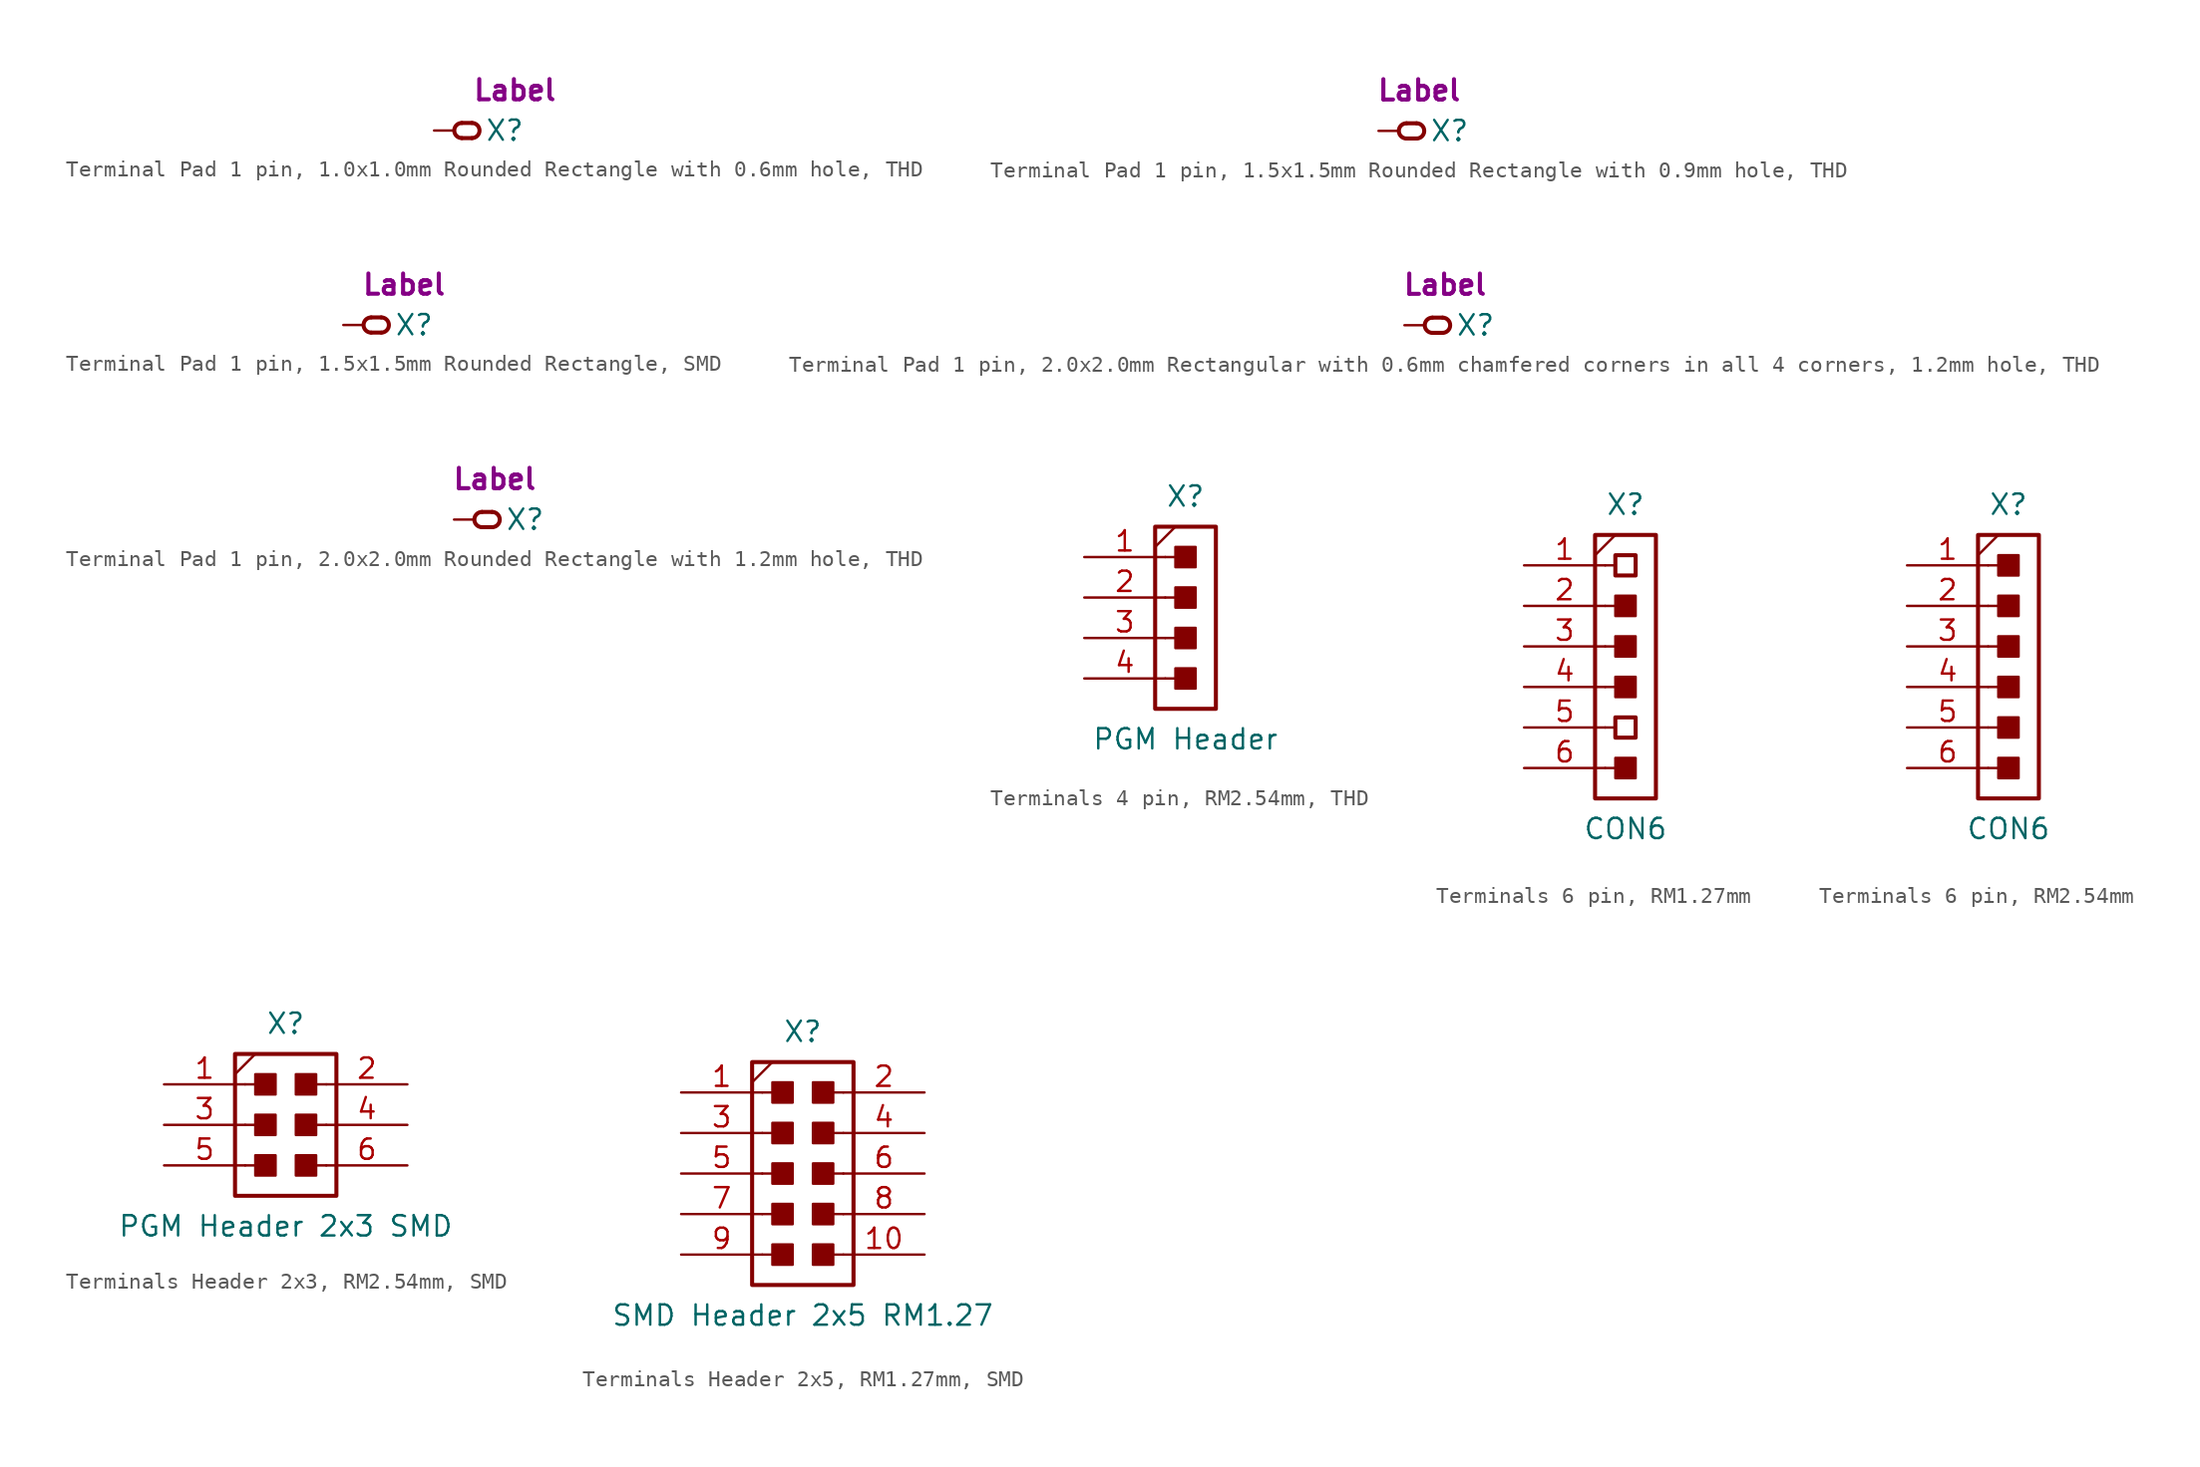
<source format=kicad_sym>
(kicad_symbol_lib
  (version 20241209)
  (generator "kicad_symbol_editor")
  (generator_version "9.0")
  (symbol "Terminal Pad 1 pin, 1.0x1.0mm Rounded Rectangle with 0.6mm hole, THD"
    (pin_numbers
      (hide yes))
    (pin_names
      (offset 1.016)
      (hide yes))
    (property "Reference" "X"
      (at 4.445 0 0)
      (effects (font (size 1.27 1.27))))
    (property "Label" "Label"
      (at 5.08 2.54 0)
      (effects (font (size 1.27 1.27) (thickness 0.254) (bold yes))))
    (symbol "Terminal Pad 1 pin, 1.0x1.0mm Rounded Rectangle with 0.6mm hole, THD_0_1"
      (polyline (pts (xy 1.747 0.476) (xy 2.382 0.476)) (stroke (width 0.254) (type default)) (fill (type none)))
      (polyline (pts (xy 1.747 -0.476) (xy 2.382 -0.476)) (stroke (width 0.254) (type default)) (fill (type none)))
      (arc (start 1.7462 -0.4763) (mid 1.2706 -0.0001) (end 1.7462 0.4762) (stroke (width 0.254) (type default)) (fill (type none)))
      (arc (start 2.3813 0.4762) (mid 2.8582 0) (end 2.3813 -0.4763) (stroke (width 0.254) (type default)) (fill (type none))))
    (symbol "Terminal Pad 1 pin, 1.0x1.0mm Rounded Rectangle with 0.6mm hole, THD_1_1"
      (pin passive line (at 0 0 0) (length 1.27) (name "1" (effects (font (size 1.27 1.27)))) (number "1" (effects (font (size 1.27 1.27)))))))
  (symbol "Terminal Pad 1 pin, 1.5x1.5mm Rounded Rectangle with 0.9mm hole, THD"
    (pin_numbers
      (hide yes))
    (pin_names
      (offset 1.016)
      (hide yes))
    (property "Reference" "X"
      (at 4.445 0 0)
      (effects (font (size 1.27 1.27))))
    (property "Label" "Label"
      (at 2.54 2.54 0)
      (effects (font (size 1.27 1.27) (thickness 0.254) (bold yes))))
    (symbol "Terminal Pad 1 pin, 1.5x1.5mm Rounded Rectangle with 0.9mm hole, THD_0_1"
      (polyline (pts (xy 1.747 0.476) (xy 2.382 0.476)) (stroke (width 0.254) (type default)) (fill (type none)))
      (polyline (pts (xy 1.747 -0.476) (xy 2.382 -0.476)) (stroke (width 0.254) (type default)) (fill (type none)))
      (arc (start 1.7462 -0.4763) (mid 1.2706 -0.0001) (end 1.7462 0.4762) (stroke (width 0.254) (type default)) (fill (type none)))
      (arc (start 2.3813 0.4762) (mid 2.8582 0) (end 2.3813 -0.4763) (stroke (width 0.254) (type default)) (fill (type none))))
    (symbol "Terminal Pad 1 pin, 1.5x1.5mm Rounded Rectangle with 0.9mm hole, THD_1_1"
      (pin passive line (at 0 0 0) (length 1.27) (name "1" (effects (font (size 1.27 1.27)))) (number "1" (effects (font (size 1.27 1.27)))))))
  (symbol "Terminal Pad 1 pin, 1.5x1.5mm Rounded Rectangle, SMD"
    (pin_numbers
      (hide yes))
    (pin_names
      (offset 1.016)
      (hide yes))
    (property "Reference" "X"
      (at 4.445 0 0)
      (effects (font (size 1.27 1.27))))
    (property "Label" "Label"
      (at 3.81 2.54 0)
      (effects (font (size 1.27 1.27) (thickness 0.254) (bold yes))))
    (symbol "Terminal Pad 1 pin, 1.5x1.5mm Rounded Rectangle, SMD_0_1"
      (polyline (pts (xy 1.747 0.476) (xy 2.382 0.476)) (stroke (width 0.254) (type default)) (fill (type none)))
      (polyline (pts (xy 1.747 -0.476) (xy 2.382 -0.476)) (stroke (width 0.254) (type default)) (fill (type none)))
      (arc (start 1.7462 -0.4763) (mid 1.2706 -0.0001) (end 1.7462 0.4762) (stroke (width 0.254) (type default)) (fill (type none)))
      (arc (start 2.3813 0.4762) (mid 2.8582 0) (end 2.3813 -0.4763) (stroke (width 0.254) (type default)) (fill (type none))))
    (symbol "Terminal Pad 1 pin, 1.5x1.5mm Rounded Rectangle, SMD_1_1"
      (pin passive line (at 0 0 0) (length 1.27) (name "1" (effects (font (size 1.27 1.27)))) (number "1" (effects (font (size 1.27 1.27)))))))
  (symbol "Terminal Pad 1 pin, 2.0x2.0mm Rectangular with 0.6mm chamfered corners in all 4 corners, 1.2mm hole, THD"
    (pin_numbers
      (hide yes))
    (pin_names
      (offset 1.016)
      (hide yes))
    (property "Reference" "X"
      (at 4.445 0 0)
      (effects (font (size 1.27 1.27))))
    (property "Label" "Label"
      (at 2.54 2.54 0)
      (effects (font (size 1.27 1.27) (thickness 0.254) (bold yes))))
    (symbol "Terminal Pad 1 pin, 2.0x2.0mm Rectangular with 0.6mm chamfered corners in all 4 corners, 1.2mm hole, THD_0_1"
      (polyline (pts (xy 1.747 0.476) (xy 2.382 0.476)) (stroke (width 0.254) (type default)) (fill (type none)))
      (polyline (pts (xy 1.747 -0.476) (xy 2.382 -0.476)) (stroke (width 0.254) (type default)) (fill (type none)))
      (arc (start 1.7462 -0.4763) (mid 1.2706 -0.0001) (end 1.7462 0.4762) (stroke (width 0.254) (type default)) (fill (type none)))
      (arc (start 2.3813 0.4762) (mid 2.8582 0) (end 2.3813 -0.4763) (stroke (width 0.254) (type default)) (fill (type none))))
    (symbol "Terminal Pad 1 pin, 2.0x2.0mm Rectangular with 0.6mm chamfered corners in all 4 corners, 1.2mm hole, THD_1_1"
      (pin passive line (at 0 0 0) (length 1.27) (name "1" (effects (font (size 1.27 1.27)))) (number "1" (effects (font (size 1.27 1.27)))))))
  (symbol "Terminal Pad 1 pin, 2.0x2.0mm Rounded Rectangle with 1.2mm hole, THD"
    (pin_numbers
      (hide yes))
    (pin_names
      (offset 1.016)
      (hide yes))
    (property "Reference" "X"
      (at 4.445 0 0)
      (effects (font (size 1.27 1.27))))
    (property "Label" "Label"
      (at 2.54 2.54 0)
      (effects (font (size 1.27 1.27) (thickness 0.254) (bold yes))))
    (symbol "Terminal Pad 1 pin, 2.0x2.0mm Rounded Rectangle with 1.2mm hole, THD_0_1"
      (polyline (pts (xy 1.747 0.476) (xy 2.382 0.476)) (stroke (width 0.254) (type default)) (fill (type none)))
      (polyline (pts (xy 1.747 -0.476) (xy 2.382 -0.476)) (stroke (width 0.254) (type default)) (fill (type none)))
      (arc (start 1.7462 -0.4763) (mid 1.2706 -0.0001) (end 1.7462 0.4762) (stroke (width 0.254) (type default)) (fill (type none)))
      (arc (start 2.3813 0.4762) (mid 2.8582 0) (end 2.3813 -0.4763) (stroke (width 0.254) (type default)) (fill (type none))))
    (symbol "Terminal Pad 1 pin, 2.0x2.0mm Rounded Rectangle with 1.2mm hole, THD_1_1"
      (pin passive line (at 0 0 0) (length 1.27) (name "1" (effects (font (size 1.27 1.27)))) (number "1" (effects (font (size 1.27 1.27)))))))
  (symbol "Terminals 4 pin, RM2.54mm, THD"
    (pin_names
      (offset 1.016)
      (hide yes))
    (property "Reference" "X"
      (at 1.27 8.89 0)
      (effects (font (size 1.27 1.27))))
    (property "Value" "PGM Header"
      (at 1.27 -6.35 0)
      (effects (font (size 1.27 1.27))))
    (symbol "Terminals 4 pin, RM2.54mm, THD_1_0"
      (polyline (pts (xy -0.635 5.715) (xy 0.635 6.985)) (stroke (width 0.152) (type default)) (fill (type none)))
      (polyline (pts (xy 0 5.08) (xy 1.27 5.08)) (stroke (width 0.152) (type default)) (fill (type none)))
      (polyline (pts (xy 0 2.54) (xy 1.27 2.54)) (stroke (width 0.152) (type default)) (fill (type none)))
      (polyline (pts (xy 0 0) (xy 1.27 0)) (stroke (width 0.152) (type default)) (fill (type none)))
      (polyline (pts (xy 0 -2.54) (xy 1.27 -2.54)) (stroke (width 0.152) (type default)) (fill (type none))))
    (symbol "Terminals 4 pin, RM2.54mm, THD_1_1"
      (rectangle (start -0.635 6.985) (end 3.175 -4.445) (stroke (width 0.254) (type default)) (fill (type none)))
      (rectangle (start 0.635 4.445) (end 1.905 5.715) (stroke (width 0.152) (type default)) (fill (type outline)))
      (rectangle (start 0.635 1.905) (end 1.905 3.175) (stroke (width 0.152) (type default)) (fill (type outline)))
      (rectangle (start 0.635 -0.635) (end 1.905 0.635) (stroke (width 0.152) (type default)) (fill (type outline)))
      (rectangle (start 0.635 -3.175) (end 1.905 -1.905) (stroke (width 0.152) (type default)) (fill (type outline)))
      (pin passive line (at -5.08 5.08 0) (length 5.08) (name "+V" (effects (font (size 1.27 1.27)))) (number "1" (effects (font (size 1.27 1.27)))))
      (pin passive line (at -5.08 2.54 0) (length 5.08) (name "SWDIO" (effects (font (size 1.27 1.27)))) (number "2" (effects (font (size 1.27 1.27)))))
      (pin passive line (at -5.08 0 0) (length 5.08) (name "SWCLK" (effects (font (size 1.27 1.27)))) (number "3" (effects (font (size 1.27 1.27)))))
      (pin passive line (at -5.08 -2.54 0) (length 5.08) (name "GND" (effects (font (size 1.27 1.27)))) (number "4" (effects (font (size 1.27 1.27)))))))
  (symbol "Terminals 6 pin, RM1.27mm"
    (pin_names
      (offset 1.016)
      (hide yes))
    (property "Reference" "X"
      (at 1.27 8.89 0)
      (effects (font (size 1.27 1.27))))
    (property "Value" "CON6"
      (at 1.27 -11.43 0)
      (effects (font (size 1.27 1.27))))
    (symbol "Terminals 6 pin, RM1.27mm_1_0"
      (polyline (pts (xy -0.635 5.715) (xy 0.635 6.985)) (stroke (width 0.152) (type default)) (fill (type none)))
      (polyline (pts (xy 0 5.08) (xy 0.635 5.08)) (stroke (width 0.152) (type default)) (fill (type none)))
      (polyline (pts (xy 0 2.54) (xy 1.27 2.54)) (stroke (width 0.152) (type default)) (fill (type none)))
      (polyline (pts (xy 0 0) (xy 1.27 0)) (stroke (width 0.152) (type default)) (fill (type none)))
      (polyline (pts (xy 0 -2.54) (xy 1.27 -2.54)) (stroke (width 0.152) (type default)) (fill (type none)))
      (polyline (pts (xy 0 -5.08) (xy 0.635 -5.08)) (stroke (width 0.152) (type default)) (fill (type none)))
      (polyline (pts (xy 0 -7.62) (xy 0.635 -7.62)) (stroke (width 0.152) (type default)) (fill (type none))))
    (symbol "Terminals 6 pin, RM1.27mm_1_1"
      (rectangle (start -0.635 6.985) (end 3.175 -9.525) (stroke (width 0.254) (type default)) (fill (type none)))
      (rectangle (start 0.635 5.715) (end 1.905 4.445) (stroke (width 0.254) (type default)) (fill (type none)))
      (rectangle (start 0.635 3.175) (end 1.905 1.905) (stroke (width 0.152) (type default)) (fill (type outline)))
      (rectangle (start 0.635 0.635) (end 1.905 -0.635) (stroke (width 0.152) (type default)) (fill (type outline)))
      (rectangle (start 0.635 -3.175) (end 1.905 -1.905) (stroke (width 0.152) (type default)) (fill (type outline)))
      (rectangle (start 0.635 -4.445) (end 1.905 -5.715) (stroke (width 0.254) (type default)) (fill (type none)))
      (rectangle (start 0.635 -6.985) (end 1.905 -8.255) (stroke (width 0.152) (type default)) (fill (type outline)))
      (pin passive line (at -5.08 5.08 0) (length 5.08) (name "1" (effects (font (size 1.27 1.27)))) (number "1" (effects (font (size 1.27 1.27)))))
      (pin passive line (at -5.08 2.54 0) (length 5.08) (name "2" (effects (font (size 1.27 1.27)))) (number "2" (effects (font (size 1.27 1.27)))))
      (pin passive line (at -5.08 0 0) (length 5.08) (name "3" (effects (font (size 1.27 1.27)))) (number "3" (effects (font (size 1.27 1.27)))))
      (pin passive line (at -5.08 -2.54 0) (length 5.08) (name "4" (effects (font (size 1.27 1.27)))) (number "4" (effects (font (size 1.27 1.27)))))
      (pin passive line (at -5.08 -5.08 0) (length 5.08) (name "5" (effects (font (size 1.27 1.27)))) (number "5" (effects (font (size 1.27 1.27)))))
      (pin passive line (at -5.08 -7.62 0) (length 5.08) (name "6" (effects (font (size 1.27 1.27)))) (number "6" (effects (font (size 1.27 1.27)))))))
  (symbol "Terminals 6 pin, RM2.54mm"
    (pin_names
      (offset 1.016)
      (hide yes))
    (property "Reference" "X"
      (at 1.27 8.89 0)
      (effects (font (size 1.27 1.27))))
    (property "Value" "CON6"
      (at 1.27 -11.43 0)
      (effects (font (size 1.27 1.27))))
    (symbol "Terminals 6 pin, RM2.54mm_1_0"
      (polyline (pts (xy -0.635 5.715) (xy 0.635 6.985)) (stroke (width 0.152) (type default)) (fill (type none)))
      (polyline (pts (xy 0 5.08) (xy 1.27 5.08)) (stroke (width 0.152) (type default)) (fill (type none)))
      (polyline (pts (xy 0 2.54) (xy 1.27 2.54)) (stroke (width 0.152) (type default)) (fill (type none)))
      (polyline (pts (xy 0 0) (xy 1.27 0)) (stroke (width 0.152) (type default)) (fill (type none)))
      (polyline (pts (xy 0 -2.54) (xy 1.27 -2.54)) (stroke (width 0.152) (type default)) (fill (type none)))
      (polyline (pts (xy 0 -5.08) (xy 1.27 -5.08)) (stroke (width 0.152) (type default)) (fill (type none)))
      (polyline (pts (xy 0 -7.62) (xy 1.27 -7.62)) (stroke (width 0.152) (type default)) (fill (type none))))
    (symbol "Terminals 6 pin, RM2.54mm_1_1"
      (rectangle (start -0.635 6.985) (end 3.175 -9.525) (stroke (width 0.254) (type default)) (fill (type none)))
      (rectangle (start 0.635 4.445) (end 1.905 5.715) (stroke (width 0.152) (type default)) (fill (type outline)))
      (rectangle (start 0.635 1.905) (end 1.905 3.175) (stroke (width 0.152) (type default)) (fill (type outline)))
      (rectangle (start 0.635 -0.635) (end 1.905 0.635) (stroke (width 0.152) (type default)) (fill (type outline)))
      (rectangle (start 0.635 -3.175) (end 1.905 -1.905) (stroke (width 0.152) (type default)) (fill (type outline)))
      (rectangle (start 0.635 -5.715) (end 1.905 -4.445) (stroke (width 0.152) (type default)) (fill (type outline)))
      (rectangle (start 0.635 -8.255) (end 1.905 -6.985) (stroke (width 0.152) (type default)) (fill (type outline)))
      (pin passive line (at -5.08 5.08 0) (length 5.08) (name "1" (effects (font (size 1.27 1.27)))) (number "1" (effects (font (size 1.27 1.27)))))
      (pin passive line (at -5.08 2.54 0) (length 5.08) (name "2" (effects (font (size 1.27 1.27)))) (number "2" (effects (font (size 1.27 1.27)))))
      (pin passive line (at -5.08 0 0) (length 5.08) (name "3" (effects (font (size 1.27 1.27)))) (number "3" (effects (font (size 1.27 1.27)))))
      (pin passive line (at -5.08 -2.54 0) (length 5.08) (name "4" (effects (font (size 1.27 1.27)))) (number "4" (effects (font (size 1.27 1.27)))))
      (pin passive line (at -5.08 -5.08 0) (length 5.08) (name "5" (effects (font (size 1.27 1.27)))) (number "5" (effects (font (size 1.27 1.27)))))
      (pin passive line (at -5.08 -7.62 0) (length 5.08) (name "6" (effects (font (size 1.27 1.27)))) (number "6" (effects (font (size 1.27 1.27)))))))
  (symbol "Terminals Header 2x3, RM2.54mm, SMD"
    (pin_names
      (offset 1.016)
      (hide yes))
    (property "Reference" "X"
      (at 0 6.35 0)
      (effects (font (size 1.27 1.27))))
    (property "Value" "PGM Header 2x3 SMD"
      (at 0 -6.35 0)
      (effects (font (size 1.27 1.27))))
    (symbol "Terminals Header 2x3, RM2.54mm, SMD_1_0"
      (polyline (pts (xy -3.175 3.175) (xy -1.905 4.445)) (stroke (width 0.152) (type default)) (fill (type none)))
      (polyline (pts (xy -2.54 2.54) (xy -1.27 2.54)) (stroke (width 0.152) (type default)) (fill (type none)))
      (polyline (pts (xy -2.54 0) (xy -1.27 0)) (stroke (width 0.152) (type default)) (fill (type none)))
      (polyline (pts (xy -2.54 -2.54) (xy -1.27 -2.54)) (stroke (width 0.152) (type default)) (fill (type none)))
      (polyline (pts (xy 2.54 2.54) (xy 1.27 2.54)) (stroke (width 0.152) (type default)) (fill (type none)))
      (polyline (pts (xy 2.54 0) (xy 1.27 0)) (stroke (width 0.152) (type default)) (fill (type none)))
      (polyline (pts (xy 2.54 -2.54) (xy 1.27 -2.54)) (stroke (width 0.152) (type default)) (fill (type none))))
    (symbol "Terminals Header 2x3, RM2.54mm, SMD_1_1"
      (rectangle (start -3.175 4.445) (end 3.175 -4.445) (stroke (width 0.254) (type default)) (fill (type none)))
      (rectangle (start -1.905 1.905) (end -0.635 3.175) (stroke (width 0.152) (type default)) (fill (type outline)))
      (rectangle (start -1.905 -0.635) (end -0.635 0.635) (stroke (width 0.152) (type default)) (fill (type outline)))
      (rectangle (start -1.905 -3.175) (end -0.635 -1.905) (stroke (width 0.152) (type default)) (fill (type outline)))
      (rectangle (start 0.635 1.905) (end 1.905 3.175) (stroke (width 0.152) (type default)) (fill (type outline)))
      (rectangle (start 0.635 -0.635) (end 1.905 0.635) (stroke (width 0.152) (type default)) (fill (type outline)))
      (rectangle (start 0.635 -3.175) (end 1.905 -1.905) (stroke (width 0.152) (type default)) (fill (type outline)))
      (pin passive line (at -7.62 2.54 0) (length 5.08) (name "1" (effects (font (size 1.27 1.27)))) (number "1" (effects (font (size 1.27 1.27)))))
      (pin passive line (at -7.62 0 0) (length 5.08) (name "3" (effects (font (size 1.27 1.27)))) (number "3" (effects (font (size 1.27 1.27)))))
      (pin passive line (at -7.62 -2.54 0) (length 5.08) (name "5" (effects (font (size 1.27 1.27)))) (number "5" (effects (font (size 1.27 1.27)))))
      (pin passive line (at 7.62 2.54 180) (length 5.08) (name "2" (effects (font (size 1.27 1.27)))) (number "2" (effects (font (size 1.27 1.27)))))
      (pin passive line (at 7.62 0 180) (length 5.08) (name "4" (effects (font (size 1.27 1.27)))) (number "4" (effects (font (size 1.27 1.27)))))
      (pin passive line (at 7.62 -2.54 180) (length 5.08) (name "6" (effects (font (size 1.27 1.27)))) (number "6" (effects (font (size 1.27 1.27)))))))
  (symbol "Terminals Header 2x5, RM1.27mm, SMD"
    (pin_names
      (offset 1.016)
      (hide yes))
    (property "Reference" "X"
      (at 0 8.89 0)
      (effects (font (size 1.27 1.27))))
    (property "Value" "SMD Header 2x5 RM1.27"
      (at 0 -8.89 0)
      (effects (font (size 1.27 1.27))))
    (symbol "Terminals Header 2x5, RM1.27mm, SMD_1_0"
      (polyline (pts (xy -3.175 5.715) (xy -1.905 6.985)) (stroke (width 0.152) (type default)) (fill (type none)))
      (polyline (pts (xy -2.54 5.08) (xy -1.27 5.08)) (stroke (width 0.152) (type default)) (fill (type none)))
      (polyline (pts (xy -2.54 2.54) (xy -1.27 2.54)) (stroke (width 0.152) (type default)) (fill (type none)))
      (polyline (pts (xy -2.54 0) (xy -1.27 0)) (stroke (width 0.152) (type default)) (fill (type none)))
      (polyline (pts (xy -2.54 -2.54) (xy -1.27 -2.54)) (stroke (width 0.152) (type default)) (fill (type none)))
      (polyline (pts (xy -2.54 -5.08) (xy -1.27 -5.08)) (stroke (width 0.152) (type default)) (fill (type none)))
      (polyline (pts (xy 2.54 5.08) (xy 1.27 5.08)) (stroke (width 0.152) (type default)) (fill (type none)))
      (polyline (pts (xy 2.54 2.54) (xy 1.27 2.54)) (stroke (width 0.152) (type default)) (fill (type none)))
      (polyline (pts (xy 2.54 0) (xy 1.27 0)) (stroke (width 0.152) (type default)) (fill (type none)))
      (polyline (pts (xy 2.54 -2.54) (xy 1.27 -2.54)) (stroke (width 0.152) (type default)) (fill (type none)))
      (polyline (pts (xy 2.54 -5.08) (xy 1.27 -5.08)) (stroke (width 0.152) (type default)) (fill (type none))))
    (symbol "Terminals Header 2x5, RM1.27mm, SMD_1_1"
      (rectangle (start -3.175 6.985) (end 3.175 -6.985) (stroke (width 0.254) (type default)) (fill (type none)))
      (rectangle (start -1.905 4.445) (end -0.635 5.715) (stroke (width 0.152) (type default)) (fill (type outline)))
      (rectangle (start -1.905 1.905) (end -0.635 3.175) (stroke (width 0.152) (type default)) (fill (type outline)))
      (rectangle (start -1.905 -0.635) (end -0.635 0.635) (stroke (width 0.152) (type default)) (fill (type outline)))
      (rectangle (start -1.905 -3.175) (end -0.635 -1.905) (stroke (width 0.152) (type default)) (fill (type outline)))
      (rectangle (start -1.905 -5.715) (end -0.635 -4.445) (stroke (width 0.152) (type default)) (fill (type outline)))
      (rectangle (start 0.635 4.445) (end 1.905 5.715) (stroke (width 0.152) (type default)) (fill (type outline)))
      (rectangle (start 0.635 1.905) (end 1.905 3.175) (stroke (width 0.152) (type default)) (fill (type outline)))
      (rectangle (start 0.635 -0.635) (end 1.905 0.635) (stroke (width 0.152) (type default)) (fill (type outline)))
      (rectangle (start 0.635 -3.175) (end 1.905 -1.905) (stroke (width 0.152) (type default)) (fill (type outline)))
      (rectangle (start 0.635 -5.715) (end 1.905 -4.445) (stroke (width 0.152) (type default)) (fill (type outline)))
      (pin passive line (at -7.62 5.08 0) (length 5.08) (name "1" (effects (font (size 1.27 1.27)))) (number "1" (effects (font (size 1.27 1.27)))))
      (pin passive line (at -7.62 2.54 0) (length 5.08) (name "3" (effects (font (size 1.27 1.27)))) (number "3" (effects (font (size 1.27 1.27)))))
      (pin passive line (at -7.62 0 0) (length 5.08) (name "5" (effects (font (size 1.27 1.27)))) (number "5" (effects (font (size 1.27 1.27)))))
      (pin passive line (at -7.62 -2.54 0) (length 5.08) (name "7" (effects (font (size 1.27 1.27)))) (number "7" (effects (font (size 1.27 1.27)))))
      (pin passive line (at -7.62 -5.08 0) (length 5.08) (name "9" (effects (font (size 1.27 1.27)))) (number "9" (effects (font (size 1.27 1.27)))))
      (pin passive line (at 7.62 5.08 180) (length 5.08) (name "2" (effects (font (size 1.27 1.27)))) (number "2" (effects (font (size 1.27 1.27)))))
      (pin passive line (at 7.62 2.54 180) (length 5.08) (name "4" (effects (font (size 1.27 1.27)))) (number "4" (effects (font (size 1.27 1.27)))))
      (pin passive line (at 7.62 0 180) (length 5.08) (name "6" (effects (font (size 1.27 1.27)))) (number "6" (effects (font (size 1.27 1.27)))))
      (pin passive line (at 7.62 -2.54 180) (length 5.08) (name "8" (effects (font (size 1.27 1.27)))) (number "8" (effects (font (size 1.27 1.27)))))
      (pin passive line (at 7.62 -5.08 180) (length 5.08) (name "10" (effects (font (size 1.27 1.27)))) (number "10" (effects (font (size 1.27 1.27))))))))
</source>
